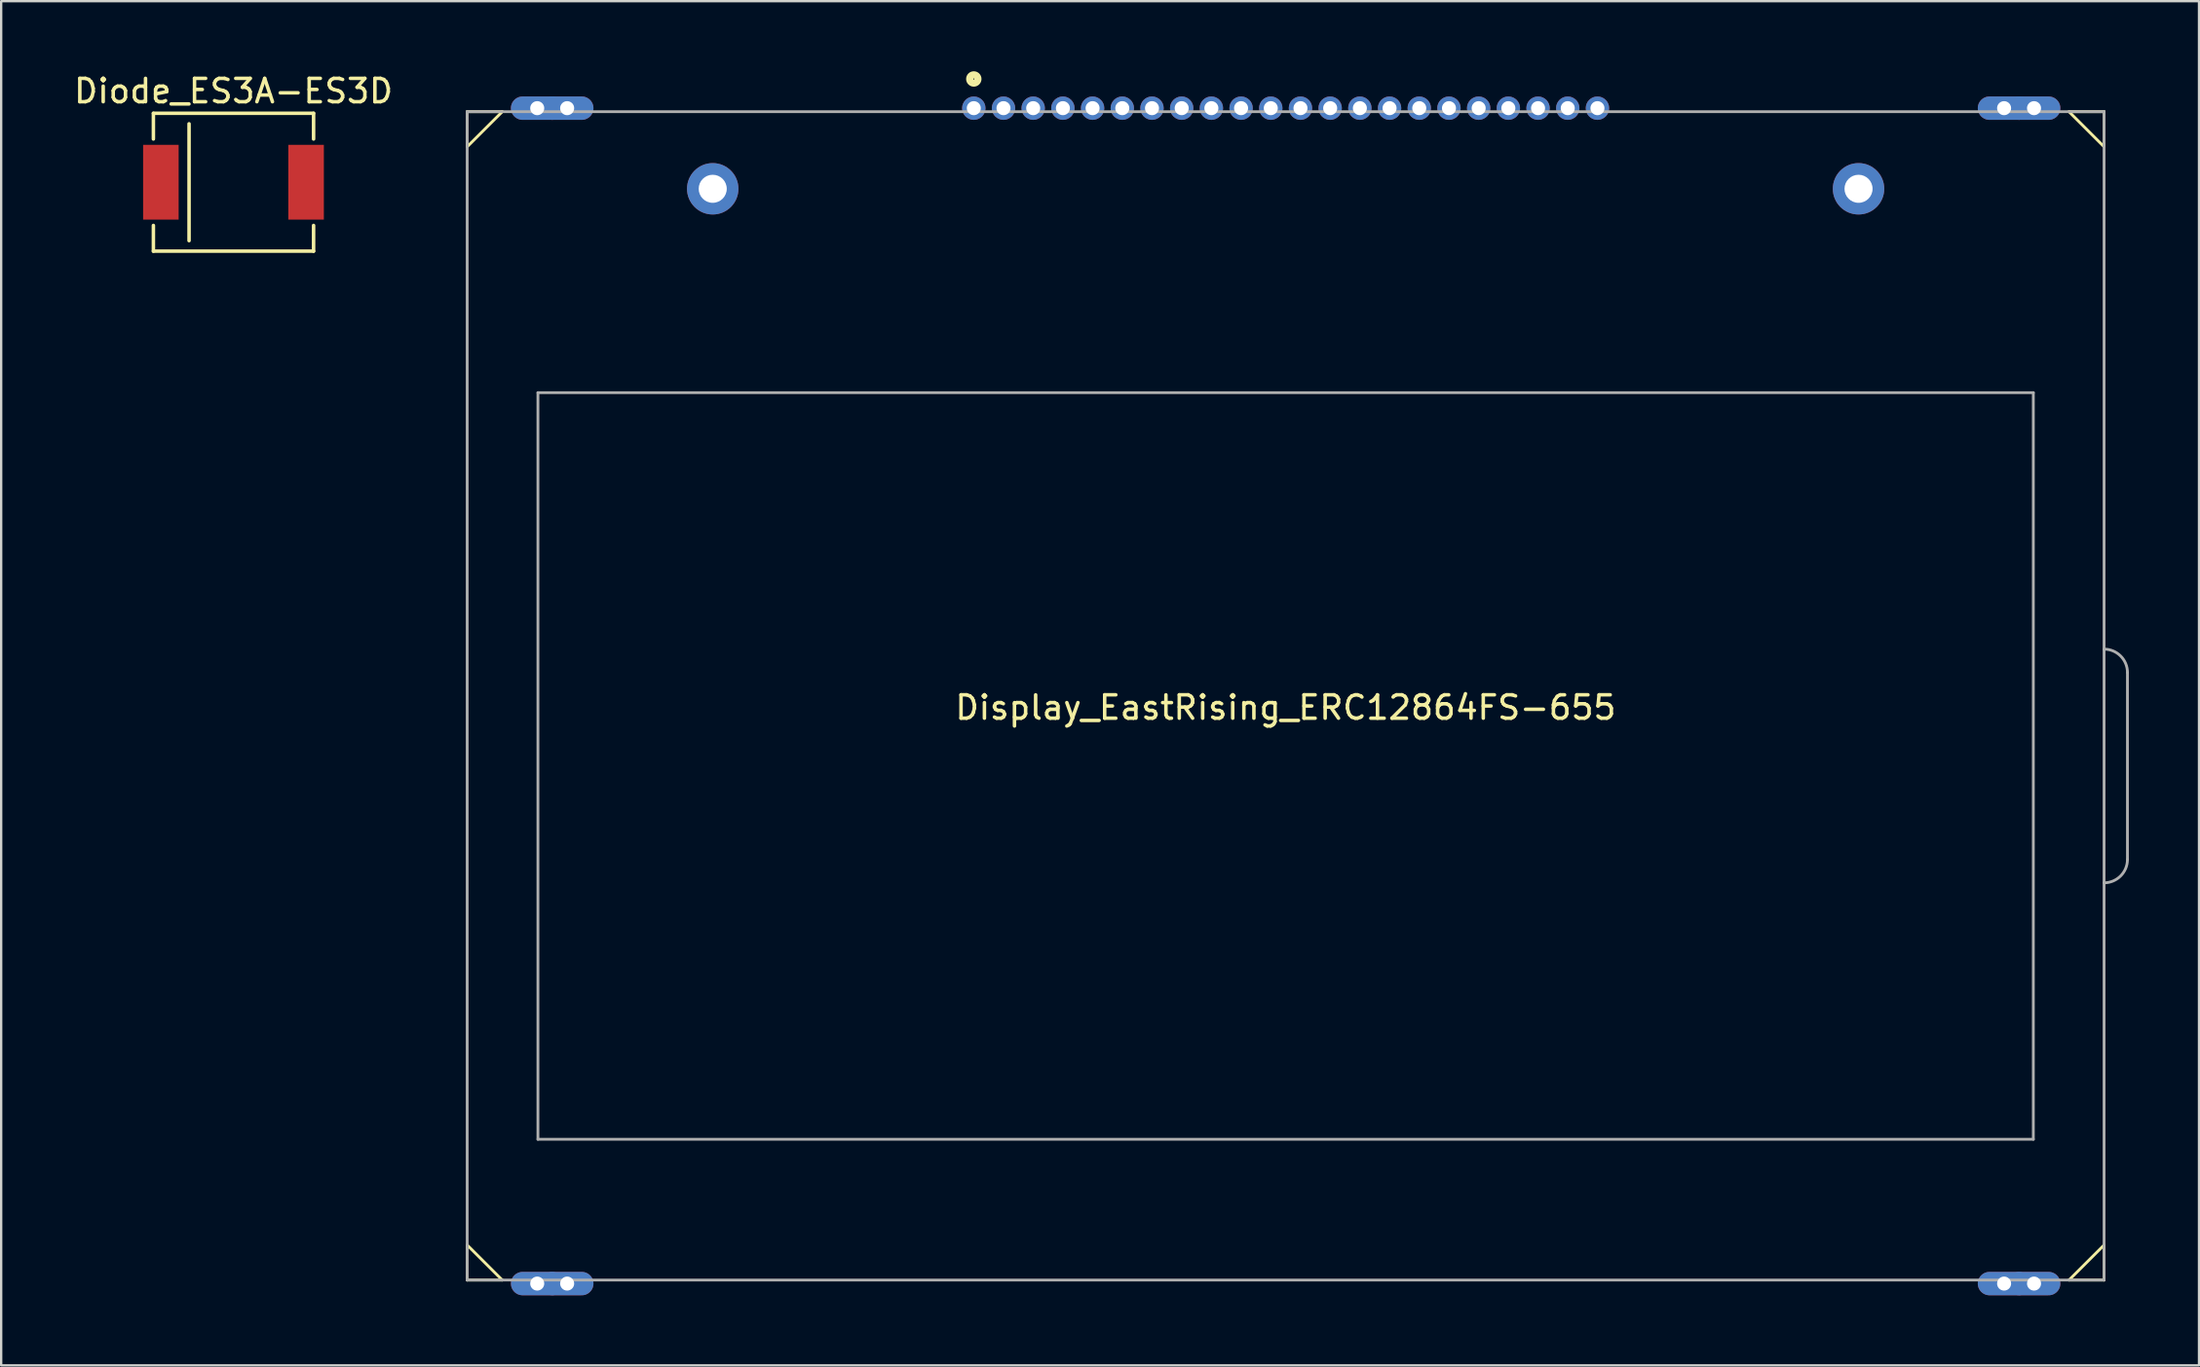
<source format=kicad_pcb>
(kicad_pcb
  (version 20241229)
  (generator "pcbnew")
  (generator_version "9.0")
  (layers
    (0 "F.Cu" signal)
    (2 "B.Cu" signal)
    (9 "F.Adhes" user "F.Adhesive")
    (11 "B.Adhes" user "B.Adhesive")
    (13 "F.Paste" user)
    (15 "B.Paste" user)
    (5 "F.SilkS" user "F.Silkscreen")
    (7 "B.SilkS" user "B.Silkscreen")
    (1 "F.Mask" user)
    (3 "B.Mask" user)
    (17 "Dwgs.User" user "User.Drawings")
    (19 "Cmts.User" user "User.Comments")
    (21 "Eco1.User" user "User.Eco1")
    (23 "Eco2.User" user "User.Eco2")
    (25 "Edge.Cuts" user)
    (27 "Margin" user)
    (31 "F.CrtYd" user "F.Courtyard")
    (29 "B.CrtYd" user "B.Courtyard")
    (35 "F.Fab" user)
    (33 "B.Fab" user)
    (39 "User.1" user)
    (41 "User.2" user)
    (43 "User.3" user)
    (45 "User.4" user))
  (footprint "Diode_ES3A-ES3D"
    (layer "F.Cu")
    (at 6.935 4.748)
    (property "Reference" "Diode_ES3A-ES3D" (at 0 -3.9 0) (layer "F.SilkS") (effects (font (size 1 1) (thickness 0.15))))
    (attr through_hole)
    (fp_line (start -3.425 -2.95) (end -3.425 -1.85) (stroke (width 0.15) (type solid)) (layer "F.SilkS"))
    (fp_line (start -3.425 2.95) (end -3.425 1.85) (stroke (width 0.15) (type solid)) (layer "F.SilkS"))
    (fp_line (start -3.423 -2.95) (end 3.423 -2.95) (stroke (width 0.15) (type solid)) (layer "F.SilkS"))
    (fp_line (start -3.423 2.95) (end 3.423 2.95) (stroke (width 0.15) (type solid)) (layer "F.SilkS"))
    (fp_line (start -1.9 -2.5) (end -1.9 2.5) (stroke (width 0.15) (type solid)) (layer "F.SilkS"))
    (fp_line (start 3.425 -2.95) (end 3.425 -1.85) (stroke (width 0.15) (type solid)) (layer "F.SilkS"))
    (fp_line (start 3.425 1.85) (end 3.425 2.95) (stroke (width 0.15) (type solid)) (layer "F.SilkS"))
    (pad "1" smd rect (at 3.105 0) (size 1.52 3.2) (layers "F.Cu" "F.Mask" "F.Paste"))
    (pad "2" smd rect (at -3.105 0) (size 1.52 3.2) (layers "F.Cu" "F.Mask" "F.Paste")))
  (footprint "Display_EastRising_ERC12864FS-655"
    (layer "F.Cu")
    (at 51.929 26.729)
    (property "Reference" "Display_EastRising_ERC12864FS-655" (at 0 0.5 0) (layer "F.SilkS") (effects (font (size 1 1) (thickness 0.15))))
    (attr through_hole)
    (fp_line (start -35 -25) (end -33.5 -25) (stroke (width 0.12) (type solid)) (layer "F.SilkS"))
    (fp_line (start -35 -23.5) (end -35 -25) (stroke (width 0.12) (type solid)) (layer "F.SilkS"))
    (fp_line (start -35 23.5) (end -33.5 25) (stroke (width 0.12) (type solid)) (layer "F.SilkS"))
    (fp_line (start -35 25) (end -35 23.5) (stroke (width 0.12) (type solid)) (layer "F.SilkS"))
    (fp_line (start -33.5 -25) (end -35 -23.5) (stroke (width 0.12) (type solid)) (layer "F.SilkS"))
    (fp_line (start -33.5 25) (end -35 25) (stroke (width 0.12) (type solid)) (layer "F.SilkS"))
    (fp_line (start 33.5 -25) (end 35 -25) (stroke (width 0.12) (type solid)) (layer "F.SilkS"))
    (fp_line (start 33.5 25) (end 35 23.5) (stroke (width 0.12) (type solid)) (layer "F.SilkS"))
    (fp_line (start 35 -25) (end 35 -23.5) (stroke (width 0.12) (type solid)) (layer "F.SilkS"))
    (fp_line (start 35 -23.5) (end 33.5 -25) (stroke (width 0.12) (type solid)) (layer "F.SilkS"))
    (fp_line (start 35 23.5) (end 35 25) (stroke (width 0.12) (type solid)) (layer "F.SilkS"))
    (fp_line (start 35 25) (end 33.5 25) (stroke (width 0.12) (type solid)) (layer "F.SilkS"))
    (fp_circle (center -13.335 -26.4) (end -13.31 -26.4) (stroke (width 0.12) (type solid)) (fill no) (layer "F.SilkS"))
    (fp_circle (center -13.335 -26.4) (end -13.235 -26.4) (stroke (width 0.12) (type solid)) (fill no) (layer "F.SilkS"))
    (fp_circle (center -13.335 -26.4) (end -13.16 -26.375) (stroke (width 0.12) (type solid)) (fill no) (layer "F.SilkS"))
    (fp_circle (center -13.335 -26.4) (end -13.075 -26.33) (stroke (width 0.12) (type solid)) (fill no) (layer "F.SilkS"))
    (fp_line (start -35 -25) (end 35 -25) (stroke (width 0.12) (type solid)) (layer "F.Fab"))
    (fp_line (start -35 25) (end -35 -25) (stroke (width 0.12) (type solid)) (layer "F.Fab"))
    (fp_line (start -31.975 -12.975) (end -31.975 18.975) (stroke (width 0.12) (type solid)) (layer "F.Fab"))
    (fp_line (start -31.975 -12.975) (end 31.975 -12.975) (stroke (width 0.12) (type solid)) (layer "F.Fab"))
    (fp_line (start -31.975 18.975) (end 31.975 18.975) (stroke (width 0.12) (type solid)) (layer "F.Fab"))
    (fp_line (start 31.975 -12.975) (end 31.975 18.975) (stroke (width 0.12) (type solid)) (layer "F.Fab"))
    (fp_line (start 35 -25) (end 35 25) (stroke (width 0.12) (type solid)) (layer "F.Fab"))
    (fp_line (start 35 25) (end -35 25) (stroke (width 0.12) (type solid)) (layer "F.Fab"))
    (fp_line (start 36 7) (end 36 -1) (stroke (width 0.12) (type solid)) (layer "F.Fab"))
    (fp_arc (start 35 -2) (mid 35.707107 -1.707107) (end 36 -1) (stroke (width 0.12) (type solid)) (layer "F.Fab"))
    (fp_arc (start 36 7) (mid 35.707107 7.707107) (end 35 8) (stroke (width 0.12) (type solid)) (layer "F.Fab"))
    (pad "" thru_hole oval (at -32.005 -25.15) (size 2.25 1) (drill 0.6) (layers "*.Cu" "*.Mask"))
    (pad "" thru_hole oval (at -32.005 25.15) (size 2.25 1) (drill 0.6) (layers "*.Cu" "*.Mask"))
    (pad "" thru_hole oval (at -30.725 -25.15) (size 2.25 1) (drill 0.6) (layers "*.Cu" "*.Mask"))
    (pad "" thru_hole oval (at -30.725 25.15) (size 2.25 1) (drill 0.6) (layers "*.Cu" "*.Mask"))
    (pad "" thru_hole oval (at 30.725 -25.15) (size 2.25 1) (drill 0.6) (layers "*.Cu" "*.Mask"))
    (pad "" thru_hole oval (at 30.725 25.15) (size 2.25 1) (drill 0.6) (layers "*.Cu" "*.Mask"))
    (pad "" thru_hole oval (at 32.005 -25.15) (size 2.25 1) (drill 0.6) (layers "*.Cu" "*.Mask"))
    (pad "" thru_hole oval (at 32.005 25.15) (size 2.25 1) (drill 0.6) (layers "*.Cu" "*.Mask"))
    (pad "1" thru_hole circle (at -13.335 -25.15) (size 1 1) (drill 0.6) (layers "*.Cu" "*.Mask"))
    (pad "2" thru_hole circle (at -12.065 -25.15) (size 1 1) (drill 0.6) (layers "*.Cu" "*.Mask"))
    (pad "3" thru_hole circle (at -10.795 -25.15) (size 1 1) (drill 0.6) (layers "*.Cu" "*.Mask"))
    (pad "4" thru_hole circle (at -9.525 -25.15) (size 1 1) (drill 0.6) (layers "*.Cu" "*.Mask"))
    (pad "5" thru_hole circle (at -8.255 -25.15) (size 1 1) (drill 0.6) (layers "*.Cu" "*.Mask"))
    (pad "6" thru_hole circle (at -6.985 -25.15) (size 1 1) (drill 0.6) (layers "*.Cu" "*.Mask"))
    (pad "7" thru_hole circle (at -5.715 -25.15) (size 1 1) (drill 0.6) (layers "*.Cu" "*.Mask"))
    (pad "8" thru_hole circle (at -4.445 -25.15) (size 1 1) (drill 0.6) (layers "*.Cu" "*.Mask"))
    (pad "9" thru_hole circle (at -3.175 -25.15) (size 1 1) (drill 0.6) (layers "*.Cu" "*.Mask"))
    (pad "10" thru_hole circle (at -1.905 -25.15) (size 1 1) (drill 0.6) (layers "*.Cu" "*.Mask"))
    (pad "11" thru_hole circle (at -0.635 -25.15) (size 1 1) (drill 0.6) (layers "*.Cu" "*.Mask"))
    (pad "12" thru_hole circle (at 0.635 -25.15) (size 1 1) (drill 0.6) (layers "*.Cu" "*.Mask"))
    (pad "13" thru_hole circle (at 1.905 -25.15) (size 1 1) (drill 0.6) (layers "*.Cu" "*.Mask"))
    (pad "14" thru_hole circle (at 3.175 -25.15) (size 1 1) (drill 0.6) (layers "*.Cu" "*.Mask"))
    (pad "15" thru_hole circle (at 4.445 -25.15) (size 1 1) (drill 0.6) (layers "*.Cu" "*.Mask"))
    (pad "16" thru_hole circle (at 5.715 -25.15) (size 1 1) (drill 0.6) (layers "*.Cu" "*.Mask"))
    (pad "17" thru_hole circle (at 6.985 -25.15) (size 1 1) (drill 0.6) (layers "*.Cu" "*.Mask"))
    (pad "18" thru_hole circle (at 8.255 -25.15) (size 1 1) (drill 0.6) (layers "*.Cu" "*.Mask"))
    (pad "19" thru_hole circle (at 9.525 -25.15) (size 1 1) (drill 0.6) (layers "*.Cu" "*.Mask"))
    (pad "20" thru_hole circle (at 10.795 -25.15) (size 1 1) (drill 0.6) (layers "*.Cu" "*.Mask"))
    (pad "21" thru_hole circle (at 12.065 -25.15) (size 1 1) (drill 0.6) (layers "*.Cu" "*.Mask"))
    (pad "22" thru_hole circle (at 13.335 -25.15) (size 1 1) (drill 0.6) (layers "*.Cu" "*.Mask"))
    (pad "A" thru_hole circle (at -24.5 -21.7) (size 2.2 2.2) (drill 1.2) (layers "*.Cu" "*.Mask"))
    (pad "K" thru_hole circle (at 24.5 -21.7) (size 2.2 2.2) (drill 1.2) (layers "*.Cu" "*.Mask")))
  (gr_rect
    (start -3 -3)
    (end 90.989 55.379)
    (stroke (width 0.1) (type default))
    (fill no)
    (layer "Edge.Cuts")))
</source>
